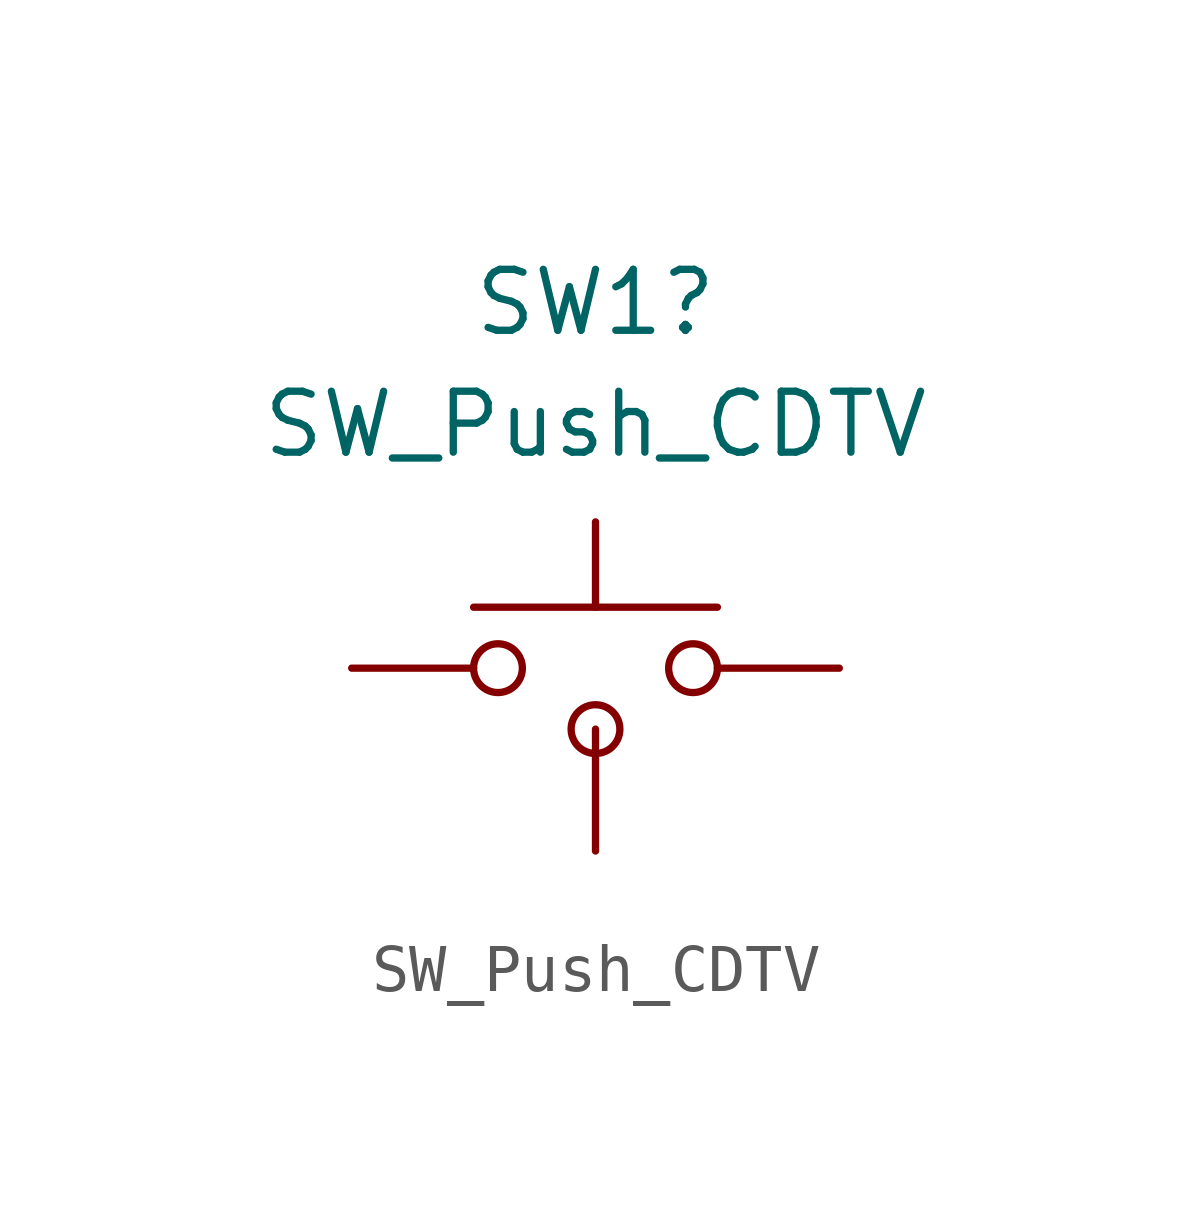
<source format=kicad_sym>
(kicad_symbol_lib
  (version 20220914)
  (generator kicad_symbol_editor)
  (symbol "SW_Push_CDTV"
    (pin_numbers hide)
    (pin_names
      (offset 1.016) hide)
    (property "Reference" "SW1"
      (at 0 7.62 0)
      (effects (font (size 1.27 1.27))))
    (property "Value" "SW_Push_CDTV"
      (at 0 5.08 0)
      (effects (font (size 1.27 1.27))))
    (symbol "SW_Push_CDTV_0_1"
      (circle (center -2.032 0) (radius 0.508) (stroke (width 0) (type default)) (fill (type none)))
      (circle (center 0 -1.27) (radius 0.508) (stroke (width 0) (type default)) (fill (type none)))
      (polyline (pts (xy 0 1.27) (xy 0 3.048)) (stroke (width 0) (type default)) (fill (type none)))
      (polyline (pts (xy 2.54 1.27) (xy -2.54 1.27)) (stroke (width 0) (type default)) (fill (type none)))
      (circle (center 2.032 0) (radius 0.508) (stroke (width 0) (type default)) (fill (type none)))
      (pin passive line (at -5.08 0 0) (length 2.54) (name "1" (effects (font (size 1.27 1.27)))) (number "1" (effects (font (size 1.27 1.27)))))
      (pin passive line (at 5.08 0 180) (length 2.54) (name "2" (effects (font (size 1.27 1.27)))) (number "2" (effects (font (size 1.27 1.27))))))
    (symbol "SW_Push_CDTV_1_1"
      (pin power_in line (at 0 -3.81 90) (length 2.54) (name "GND" (effects (font (size 1.27 1.27)))) (number "3" (effects (font (size 1.27 1.27))))))))
</source>
